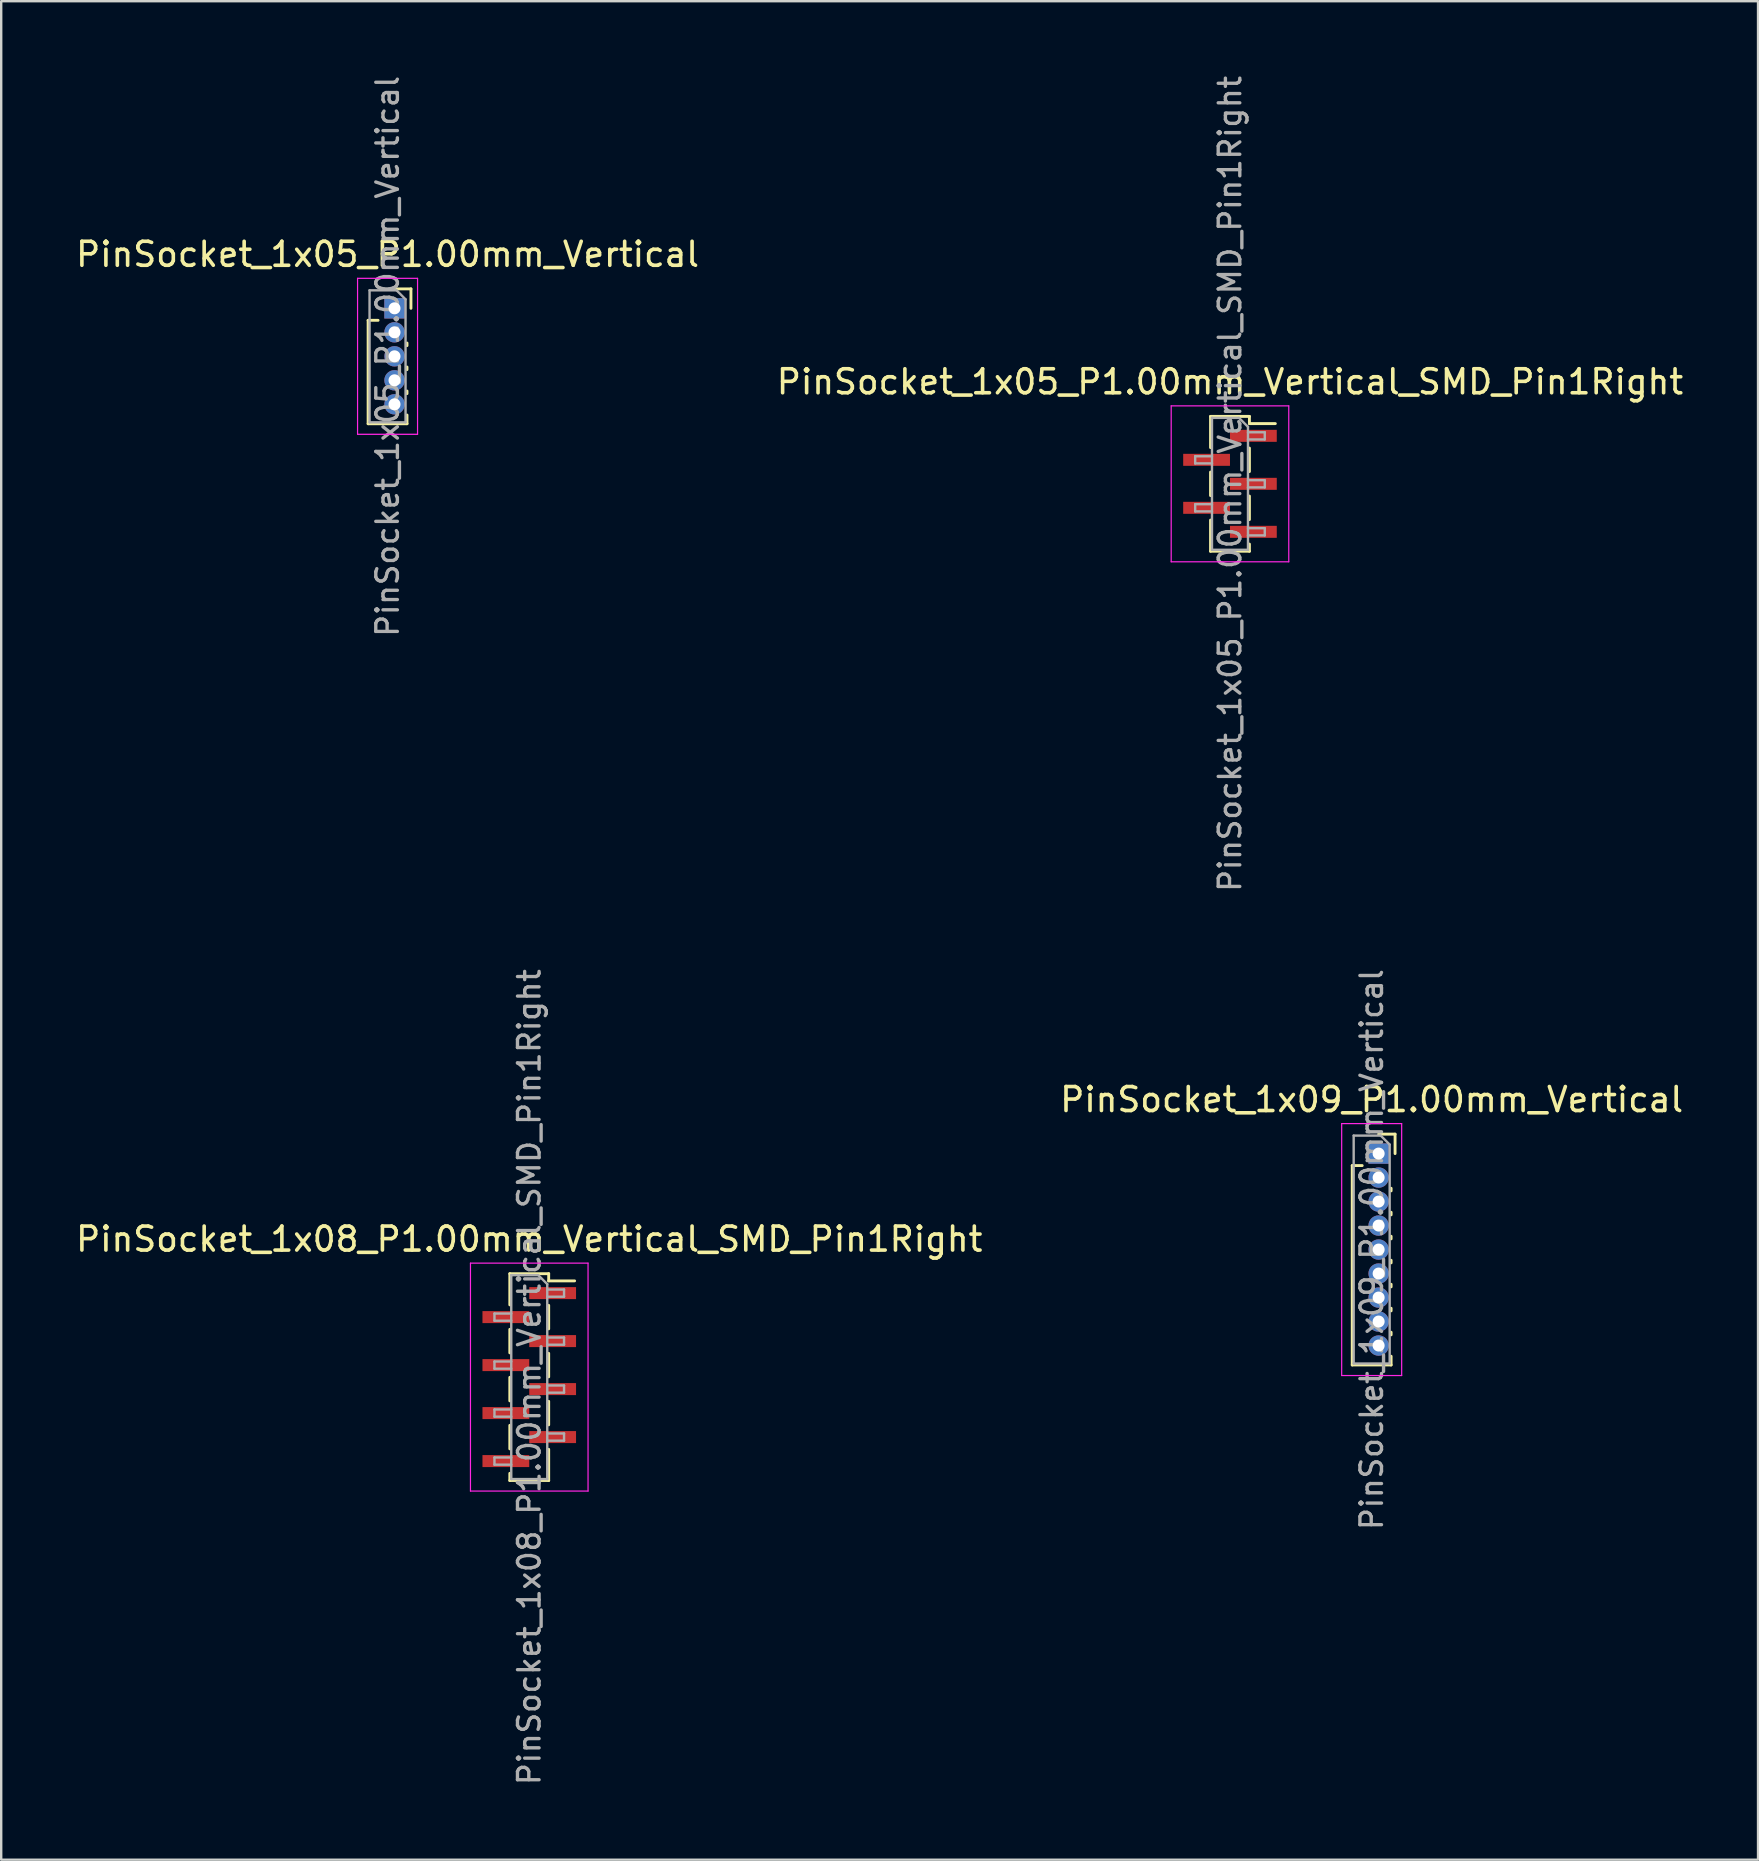
<source format=kicad_pcb>
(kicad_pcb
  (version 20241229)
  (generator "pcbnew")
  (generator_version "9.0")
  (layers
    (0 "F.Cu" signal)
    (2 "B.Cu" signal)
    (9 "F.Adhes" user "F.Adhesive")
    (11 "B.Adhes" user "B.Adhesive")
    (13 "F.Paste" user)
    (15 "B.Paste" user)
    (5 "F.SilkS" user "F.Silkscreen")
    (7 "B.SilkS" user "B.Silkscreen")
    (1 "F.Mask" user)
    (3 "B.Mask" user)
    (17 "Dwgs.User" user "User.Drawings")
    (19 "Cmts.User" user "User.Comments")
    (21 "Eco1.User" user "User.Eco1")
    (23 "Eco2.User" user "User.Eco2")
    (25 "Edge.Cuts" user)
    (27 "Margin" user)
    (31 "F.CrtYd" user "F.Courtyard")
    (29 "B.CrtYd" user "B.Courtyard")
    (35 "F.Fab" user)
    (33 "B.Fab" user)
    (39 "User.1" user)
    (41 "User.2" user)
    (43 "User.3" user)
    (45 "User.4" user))
  (footprint "PinSocket_1x08_P1.00mm_Vertical_SMD_Pin1Right"
    (layer "F.Cu")
    (at 19.006 54.339)
    (property "Reference" "PinSocket_1x08_P1.00mm_Vertical_SMD_Pin1Right" (at 0 -5.75 0) (layer "F.SilkS") (effects (font (size 1 1) (thickness 0.15))))
    (attr smd)
    (fp_line (start -0.81 -4.31) (end -0.81 -3.01) (stroke (width 0.12) (type solid)) (layer "F.SilkS"))
    (fp_line (start -0.81 -4.31) (end 0.81 -4.31) (stroke (width 0.12) (type solid)) (layer "F.SilkS"))
    (fp_line (start -0.81 -1.99) (end -0.81 -1.01) (stroke (width 0.12) (type solid)) (layer "F.SilkS"))
    (fp_line (start -0.81 0.01) (end -0.81 0.99) (stroke (width 0.12) (type solid)) (layer "F.SilkS"))
    (fp_line (start -0.81 2.01) (end -0.81 2.99) (stroke (width 0.12) (type solid)) (layer "F.SilkS"))
    (fp_line (start -0.81 4.01) (end -0.81 4.31) (stroke (width 0.12) (type solid)) (layer "F.SilkS"))
    (fp_line (start -0.81 4.31) (end 0.81 4.31) (stroke (width 0.12) (type solid)) (layer "F.SilkS"))
    (fp_line (start 0.81 -4.31) (end 0.81 -4.01) (stroke (width 0.12) (type solid)) (layer "F.SilkS"))
    (fp_line (start 0.81 -4.01) (end 1.89 -4.01) (stroke (width 0.12) (type solid)) (layer "F.SilkS"))
    (fp_line (start 0.81 -2.99) (end 0.81 -2.01) (stroke (width 0.12) (type solid)) (layer "F.SilkS"))
    (fp_line (start 0.81 -0.99) (end 0.81 -0.01) (stroke (width 0.12) (type solid)) (layer "F.SilkS"))
    (fp_line (start 0.81 1.01) (end 0.81 1.99) (stroke (width 0.12) (type solid)) (layer "F.SilkS"))
    (fp_line (start 0.81 3.01) (end 0.81 4.31) (stroke (width 0.12) (type solid)) (layer "F.SilkS"))
    (fp_line (start -2.45 -4.75) (end 2.45 -4.75) (stroke (width 0.05) (type solid)) (layer "F.CrtYd"))
    (fp_line (start -2.45 4.75) (end -2.45 -4.75) (stroke (width 0.05) (type solid)) (layer "F.CrtYd"))
    (fp_line (start 2.45 -4.75) (end 2.45 4.75) (stroke (width 0.05) (type solid)) (layer "F.CrtYd"))
    (fp_line (start 2.45 4.75) (end -2.45 4.75) (stroke (width 0.05) (type solid)) (layer "F.CrtYd"))
    (fp_line (start -1.45 -2.65) (end -0.75 -2.65) (stroke (width 0.1) (type solid)) (layer "F.Fab"))
    (fp_line (start -1.45 -2.35) (end -1.45 -2.65) (stroke (width 0.1) (type solid)) (layer "F.Fab"))
    (fp_line (start -1.45 -0.65) (end -0.75 -0.65) (stroke (width 0.1) (type solid)) (layer "F.Fab"))
    (fp_line (start -1.45 -0.35) (end -1.45 -0.65) (stroke (width 0.1) (type solid)) (layer "F.Fab"))
    (fp_line (start -1.45 1.35) (end -0.75 1.35) (stroke (width 0.1) (type solid)) (layer "F.Fab"))
    (fp_line (start -1.45 1.65) (end -1.45 1.35) (stroke (width 0.1) (type solid)) (layer "F.Fab"))
    (fp_line (start -1.45 3.35) (end -0.75 3.35) (stroke (width 0.1) (type solid)) (layer "F.Fab"))
    (fp_line (start -1.45 3.65) (end -1.45 3.35) (stroke (width 0.1) (type solid)) (layer "F.Fab"))
    (fp_line (start -0.75 -4.25) (end 0.375 -4.25) (stroke (width 0.1) (type solid)) (layer "F.Fab"))
    (fp_line (start -0.75 -2.35) (end -1.45 -2.35) (stroke (width 0.1) (type solid)) (layer "F.Fab"))
    (fp_line (start -0.75 -0.35) (end -1.45 -0.35) (stroke (width 0.1) (type solid)) (layer "F.Fab"))
    (fp_line (start -0.75 1.65) (end -1.45 1.65) (stroke (width 0.1) (type solid)) (layer "F.Fab"))
    (fp_line (start -0.75 3.65) (end -1.45 3.65) (stroke (width 0.1) (type solid)) (layer "F.Fab"))
    (fp_line (start -0.75 4.25) (end -0.75 -4.25) (stroke (width 0.1) (type solid)) (layer "F.Fab"))
    (fp_line (start 0.375 -4.25) (end 0.75 -3.875) (stroke (width 0.1) (type solid)) (layer "F.Fab"))
    (fp_line (start 0.75 -3.875) (end 0.75 4.25) (stroke (width 0.1) (type solid)) (layer "F.Fab"))
    (fp_line (start 0.75 -3.65) (end 1.45 -3.65) (stroke (width 0.1) (type solid)) (layer "F.Fab"))
    (fp_line (start 0.75 -1.65) (end 1.45 -1.65) (stroke (width 0.1) (type solid)) (layer "F.Fab"))
    (fp_line (start 0.75 0.35) (end 1.45 0.35) (stroke (width 0.1) (type solid)) (layer "F.Fab"))
    (fp_line (start 0.75 2.35) (end 1.45 2.35) (stroke (width 0.1) (type solid)) (layer "F.Fab"))
    (fp_line (start 0.75 4.25) (end -0.75 4.25) (stroke (width 0.1) (type solid)) (layer "F.Fab"))
    (fp_line (start 1.45 -3.65) (end 1.45 -3.35) (stroke (width 0.1) (type solid)) (layer "F.Fab"))
    (fp_line (start 1.45 -3.35) (end 0.75 -3.35) (stroke (width 0.1) (type solid)) (layer "F.Fab"))
    (fp_line (start 1.45 -1.65) (end 1.45 -1.35) (stroke (width 0.1) (type solid)) (layer "F.Fab"))
    (fp_line (start 1.45 -1.35) (end 0.75 -1.35) (stroke (width 0.1) (type solid)) (layer "F.Fab"))
    (fp_line (start 1.45 0.35) (end 1.45 0.65) (stroke (width 0.1) (type solid)) (layer "F.Fab"))
    (fp_line (start 1.45 0.65) (end 0.75 0.65) (stroke (width 0.1) (type solid)) (layer "F.Fab"))
    (fp_line (start 1.45 2.35) (end 1.45 2.65) (stroke (width 0.1) (type solid)) (layer "F.Fab"))
    (fp_line (start 1.45 2.65) (end 0.75 2.65) (stroke (width 0.1) (type solid)) (layer "F.Fab"))
    (fp_text user "${REFERENCE}" (at 0 0 90) (layer "F.Fab") (effects (font (size 0.9 0.9) (thickness 0.14))))
    (pad "1" smd rect (at 0.975 -3.5) (size 1.95 0.5) (layers "F.Cu" "F.Mask" "F.Paste"))
    (pad "2" smd rect (at -0.975 -2.5) (size 1.95 0.5) (layers "F.Cu" "F.Mask" "F.Paste"))
    (pad "3" smd rect (at 0.975 -1.5) (size 1.95 0.5) (layers "F.Cu" "F.Mask" "F.Paste"))
    (pad "4" smd rect (at -0.975 -0.5) (size 1.95 0.5) (layers "F.Cu" "F.Mask" "F.Paste"))
    (pad "5" smd rect (at 0.975 0.5) (size 1.95 0.5) (layers "F.Cu" "F.Mask" "F.Paste"))
    (pad "6" smd rect (at -0.975 1.5) (size 1.95 0.5) (layers "F.Cu" "F.Mask" "F.Paste"))
    (pad "7" smd rect (at 0.975 2.5) (size 1.95 0.5) (layers "F.Cu" "F.Mask" "F.Paste"))
    (pad "8" smd rect (at -0.975 3.5) (size 1.95 0.5) (layers "F.Cu" "F.Mask" "F.Paste")))
  (footprint "PinSocket_1x09_P1.00mm_Vertical"
    (layer "F.Cu")
    (at 54.403 45.024)
    (property "Reference" "PinSocket_1x09_P1.00mm_Vertical" (at -0.29 -2.25 0) (layer "F.SilkS") (effects (font (size 1 1) (thickness 0.15))))
    (attr through_hole)
    (fp_line (start -1.1 0.5) (end -1.1 8.81) (stroke (width 0.12) (type solid)) (layer "F.SilkS"))
    (fp_line (start -1.1 0.5) (end -0.685 0.5) (stroke (width 0.12) (type solid)) (layer "F.SilkS"))
    (fp_line (start -1.1 8.81) (end 0.52 8.81) (stroke (width 0.12) (type solid)) (layer "F.SilkS"))
    (fp_line (start 0 -0.81) (end 0.685 -0.81) (stroke (width 0.12) (type solid)) (layer "F.SilkS"))
    (fp_line (start 0.52 1.446) (end 0.52 1.554) (stroke (width 0.12) (type solid)) (layer "F.SilkS"))
    (fp_line (start 0.52 2.446) (end 0.52 2.554) (stroke (width 0.12) (type solid)) (layer "F.SilkS"))
    (fp_line (start 0.52 3.446) (end 0.52 3.554) (stroke (width 0.12) (type solid)) (layer "F.SilkS"))
    (fp_line (start 0.52 4.446) (end 0.52 4.554) (stroke (width 0.12) (type solid)) (layer "F.SilkS"))
    (fp_line (start 0.52 5.446) (end 0.52 5.554) (stroke (width 0.12) (type solid)) (layer "F.SilkS"))
    (fp_line (start 0.52 6.446) (end 0.52 6.554) (stroke (width 0.12) (type solid)) (layer "F.SilkS"))
    (fp_line (start 0.52 7.446) (end 0.52 7.554) (stroke (width 0.12) (type solid)) (layer "F.SilkS"))
    (fp_line (start 0.52 8.446) (end 0.52 8.81) (stroke (width 0.12) (type solid)) (layer "F.SilkS"))
    (fp_line (start 0.685 -0.81) (end 0.685 0) (stroke (width 0.12) (type solid)) (layer "F.SilkS"))
    (fp_line (start -1.54 -1.25) (end 0.96 -1.25) (stroke (width 0.05) (type solid)) (layer "F.CrtYd"))
    (fp_line (start -1.54 9.25) (end -1.54 -1.25) (stroke (width 0.05) (type solid)) (layer "F.CrtYd"))
    (fp_line (start 0.96 -1.25) (end 0.96 9.25) (stroke (width 0.05) (type solid)) (layer "F.CrtYd"))
    (fp_line (start 0.96 9.25) (end -1.54 9.25) (stroke (width 0.05) (type solid)) (layer "F.CrtYd"))
    (fp_line (start -1.04 -0.75) (end 0.085 -0.75) (stroke (width 0.1) (type solid)) (layer "F.Fab"))
    (fp_line (start -1.04 8.75) (end -1.04 -0.75) (stroke (width 0.1) (type solid)) (layer "F.Fab"))
    (fp_line (start 0.085 -0.75) (end 0.46 -0.375) (stroke (width 0.1) (type solid)) (layer "F.Fab"))
    (fp_line (start 0.46 -0.375) (end 0.46 8.75) (stroke (width 0.1) (type solid)) (layer "F.Fab"))
    (fp_line (start 0.46 8.75) (end -1.04 8.75) (stroke (width 0.1) (type solid)) (layer "F.Fab"))
    (fp_text user "${REFERENCE}" (at -0.29 4 90) (layer "F.Fab") (effects (font (size 0.9 0.9) (thickness 0.14))))
    (pad "1" thru_hole rect (at 0 0) (size 0.85 0.85) (drill 0.5) (layers "*.Cu" "*.Mask"))
    (pad "2" thru_hole oval (at 0 1) (size 0.85 0.85) (drill 0.5) (layers "*.Cu" "*.Mask"))
    (pad "3" thru_hole oval (at 0 2) (size 0.85 0.85) (drill 0.5) (layers "*.Cu" "*.Mask"))
    (pad "4" thru_hole oval (at 0 3) (size 0.85 0.85) (drill 0.5) (layers "*.Cu" "*.Mask"))
    (pad "5" thru_hole oval (at 0 4) (size 0.85 0.85) (drill 0.5) (layers "*.Cu" "*.Mask"))
    (pad "6" thru_hole oval (at 0 5) (size 0.85 0.85) (drill 0.5) (layers "*.Cu" "*.Mask"))
    (pad "7" thru_hole oval (at 0 6) (size 0.85 0.85) (drill 0.5) (layers "*.Cu" "*.Mask"))
    (pad "8" thru_hole oval (at 0 7) (size 0.85 0.85) (drill 0.5) (layers "*.Cu" "*.Mask"))
    (pad "9" thru_hole oval (at 0 8) (size 0.85 0.85) (drill 0.5) (layers "*.Cu" "*.Mask")))
  (footprint "PinSocket_1x05_P1.00mm_Vertical"
    (layer "F.Cu")
    (at 13.391 9.799)
    (property "Reference" "PinSocket_1x05_P1.00mm_Vertical" (at -0.29 -2.25 0) (layer "F.SilkS") (effects (font (size 1 1) (thickness 0.15))))
    (attr through_hole)
    (fp_line (start -1.1 0.5) (end -1.1 4.81) (stroke (width 0.12) (type solid)) (layer "F.SilkS"))
    (fp_line (start -1.1 0.5) (end -0.685 0.5) (stroke (width 0.12) (type solid)) (layer "F.SilkS"))
    (fp_line (start -1.1 4.81) (end 0.52 4.81) (stroke (width 0.12) (type solid)) (layer "F.SilkS"))
    (fp_line (start 0 -0.81) (end 0.685 -0.81) (stroke (width 0.12) (type solid)) (layer "F.SilkS"))
    (fp_line (start 0.52 1.446) (end 0.52 1.554) (stroke (width 0.12) (type solid)) (layer "F.SilkS"))
    (fp_line (start 0.52 2.446) (end 0.52 2.554) (stroke (width 0.12) (type solid)) (layer "F.SilkS"))
    (fp_line (start 0.52 3.446) (end 0.52 3.554) (stroke (width 0.12) (type solid)) (layer "F.SilkS"))
    (fp_line (start 0.52 4.446) (end 0.52 4.81) (stroke (width 0.12) (type solid)) (layer "F.SilkS"))
    (fp_line (start 0.685 -0.81) (end 0.685 0) (stroke (width 0.12) (type solid)) (layer "F.SilkS"))
    (fp_line (start -1.54 -1.25) (end 0.96 -1.25) (stroke (width 0.05) (type solid)) (layer "F.CrtYd"))
    (fp_line (start -1.54 5.25) (end -1.54 -1.25) (stroke (width 0.05) (type solid)) (layer "F.CrtYd"))
    (fp_line (start 0.96 -1.25) (end 0.96 5.25) (stroke (width 0.05) (type solid)) (layer "F.CrtYd"))
    (fp_line (start 0.96 5.25) (end -1.54 5.25) (stroke (width 0.05) (type solid)) (layer "F.CrtYd"))
    (fp_line (start -1.04 -0.75) (end 0.085 -0.75) (stroke (width 0.1) (type solid)) (layer "F.Fab"))
    (fp_line (start -1.04 4.75) (end -1.04 -0.75) (stroke (width 0.1) (type solid)) (layer "F.Fab"))
    (fp_line (start 0.085 -0.75) (end 0.46 -0.375) (stroke (width 0.1) (type solid)) (layer "F.Fab"))
    (fp_line (start 0.46 -0.375) (end 0.46 4.75) (stroke (width 0.1) (type solid)) (layer "F.Fab"))
    (fp_line (start 0.46 4.75) (end -1.04 4.75) (stroke (width 0.1) (type solid)) (layer "F.Fab"))
    (fp_text user "${REFERENCE}" (at -0.29 2 90) (layer "F.Fab") (effects (font (size 0.9 0.9) (thickness 0.14))))
    (pad "1" thru_hole rect (at 0 0) (size 0.85 0.85) (drill 0.5) (layers "*.Cu" "*.Mask"))
    (pad "2" thru_hole oval (at 0 1) (size 0.85 0.85) (drill 0.5) (layers "*.Cu" "*.Mask"))
    (pad "3" thru_hole oval (at 0 2) (size 0.85 0.85) (drill 0.5) (layers "*.Cu" "*.Mask"))
    (pad "4" thru_hole oval (at 0 3) (size 0.85 0.85) (drill 0.5) (layers "*.Cu" "*.Mask"))
    (pad "5" thru_hole oval (at 0 4) (size 0.85 0.85) (drill 0.5) (layers "*.Cu" "*.Mask")))
  (footprint "PinSocket_1x05_P1.00mm_Vertical_SMD_Pin1Right"
    (layer "F.Cu")
    (at 48.208 17.113)
    (property "Reference" "PinSocket_1x05_P1.00mm_Vertical_SMD_Pin1Right" (at 0 -4.25 0) (layer "F.SilkS") (effects (font (size 1 1) (thickness 0.15))))
    (attr smd)
    (fp_line (start -0.81 -2.81) (end -0.81 -1.51) (stroke (width 0.12) (type solid)) (layer "F.SilkS"))
    (fp_line (start -0.81 -2.81) (end 0.81 -2.81) (stroke (width 0.12) (type solid)) (layer "F.SilkS"))
    (fp_line (start -0.81 -0.49) (end -0.81 0.49) (stroke (width 0.12) (type solid)) (layer "F.SilkS"))
    (fp_line (start -0.81 1.51) (end -0.81 2.81) (stroke (width 0.12) (type solid)) (layer "F.SilkS"))
    (fp_line (start -0.81 2.81) (end 0.81 2.81) (stroke (width 0.12) (type solid)) (layer "F.SilkS"))
    (fp_line (start 0.81 -2.81) (end 0.81 -2.51) (stroke (width 0.12) (type solid)) (layer "F.SilkS"))
    (fp_line (start 0.81 -2.51) (end 1.89 -2.51) (stroke (width 0.12) (type solid)) (layer "F.SilkS"))
    (fp_line (start 0.81 -1.49) (end 0.81 -0.51) (stroke (width 0.12) (type solid)) (layer "F.SilkS"))
    (fp_line (start 0.81 0.51) (end 0.81 1.49) (stroke (width 0.12) (type solid)) (layer "F.SilkS"))
    (fp_line (start 0.81 2.51) (end 0.81 2.81) (stroke (width 0.12) (type solid)) (layer "F.SilkS"))
    (fp_line (start -2.45 -3.25) (end 2.45 -3.25) (stroke (width 0.05) (type solid)) (layer "F.CrtYd"))
    (fp_line (start -2.45 3.25) (end -2.45 -3.25) (stroke (width 0.05) (type solid)) (layer "F.CrtYd"))
    (fp_line (start 2.45 -3.25) (end 2.45 3.25) (stroke (width 0.05) (type solid)) (layer "F.CrtYd"))
    (fp_line (start 2.45 3.25) (end -2.45 3.25) (stroke (width 0.05) (type solid)) (layer "F.CrtYd"))
    (fp_line (start -1.45 -1.15) (end -0.75 -1.15) (stroke (width 0.1) (type solid)) (layer "F.Fab"))
    (fp_line (start -1.45 -0.85) (end -1.45 -1.15) (stroke (width 0.1) (type solid)) (layer "F.Fab"))
    (fp_line (start -1.45 0.85) (end -0.75 0.85) (stroke (width 0.1) (type solid)) (layer "F.Fab"))
    (fp_line (start -1.45 1.15) (end -1.45 0.85) (stroke (width 0.1) (type solid)) (layer "F.Fab"))
    (fp_line (start -0.75 -2.75) (end 0.375 -2.75) (stroke (width 0.1) (type solid)) (layer "F.Fab"))
    (fp_line (start -0.75 -0.85) (end -1.45 -0.85) (stroke (width 0.1) (type solid)) (layer "F.Fab"))
    (fp_line (start -0.75 1.15) (end -1.45 1.15) (stroke (width 0.1) (type solid)) (layer "F.Fab"))
    (fp_line (start -0.75 2.75) (end -0.75 -2.75) (stroke (width 0.1) (type solid)) (layer "F.Fab"))
    (fp_line (start 0.375 -2.75) (end 0.75 -2.375) (stroke (width 0.1) (type solid)) (layer "F.Fab"))
    (fp_line (start 0.75 -2.375) (end 0.75 2.75) (stroke (width 0.1) (type solid)) (layer "F.Fab"))
    (fp_line (start 0.75 -2.15) (end 1.45 -2.15) (stroke (width 0.1) (type solid)) (layer "F.Fab"))
    (fp_line (start 0.75 -0.15) (end 1.45 -0.15) (stroke (width 0.1) (type solid)) (layer "F.Fab"))
    (fp_line (start 0.75 1.85) (end 1.45 1.85) (stroke (width 0.1) (type solid)) (layer "F.Fab"))
    (fp_line (start 0.75 2.75) (end -0.75 2.75) (stroke (width 0.1) (type solid)) (layer "F.Fab"))
    (fp_line (start 1.45 -2.15) (end 1.45 -1.85) (stroke (width 0.1) (type solid)) (layer "F.Fab"))
    (fp_line (start 1.45 -1.85) (end 0.75 -1.85) (stroke (width 0.1) (type solid)) (layer "F.Fab"))
    (fp_line (start 1.45 -0.15) (end 1.45 0.15) (stroke (width 0.1) (type solid)) (layer "F.Fab"))
    (fp_line (start 1.45 0.15) (end 0.75 0.15) (stroke (width 0.1) (type solid)) (layer "F.Fab"))
    (fp_line (start 1.45 1.85) (end 1.45 2.15) (stroke (width 0.1) (type solid)) (layer "F.Fab"))
    (fp_line (start 1.45 2.15) (end 0.75 2.15) (stroke (width 0.1) (type solid)) (layer "F.Fab"))
    (fp_text user "${REFERENCE}" (at 0 0 90) (layer "F.Fab") (effects (font (size 0.9 0.9) (thickness 0.14))))
    (pad "1" smd rect (at 0.975 -2) (size 1.95 0.5) (layers "F.Cu" "F.Mask" "F.Paste"))
    (pad "2" smd rect (at -0.975 -1) (size 1.95 0.5) (layers "F.Cu" "F.Mask" "F.Paste"))
    (pad "3" smd rect (at 0.975 0) (size 1.95 0.5) (layers "F.Cu" "F.Mask" "F.Paste"))
    (pad "4" smd rect (at -0.975 1) (size 1.95 0.5) (layers "F.Cu" "F.Mask" "F.Paste"))
    (pad "5" smd rect (at 0.975 2) (size 1.95 0.5) (layers "F.Cu" "F.Mask" "F.Paste")))
  (gr_rect
    (start -3 -3)
    (end 70.214 74.451)
    (stroke (width 0.1) (type default))
    (fill no)
    (layer "Edge.Cuts")))
</source>
